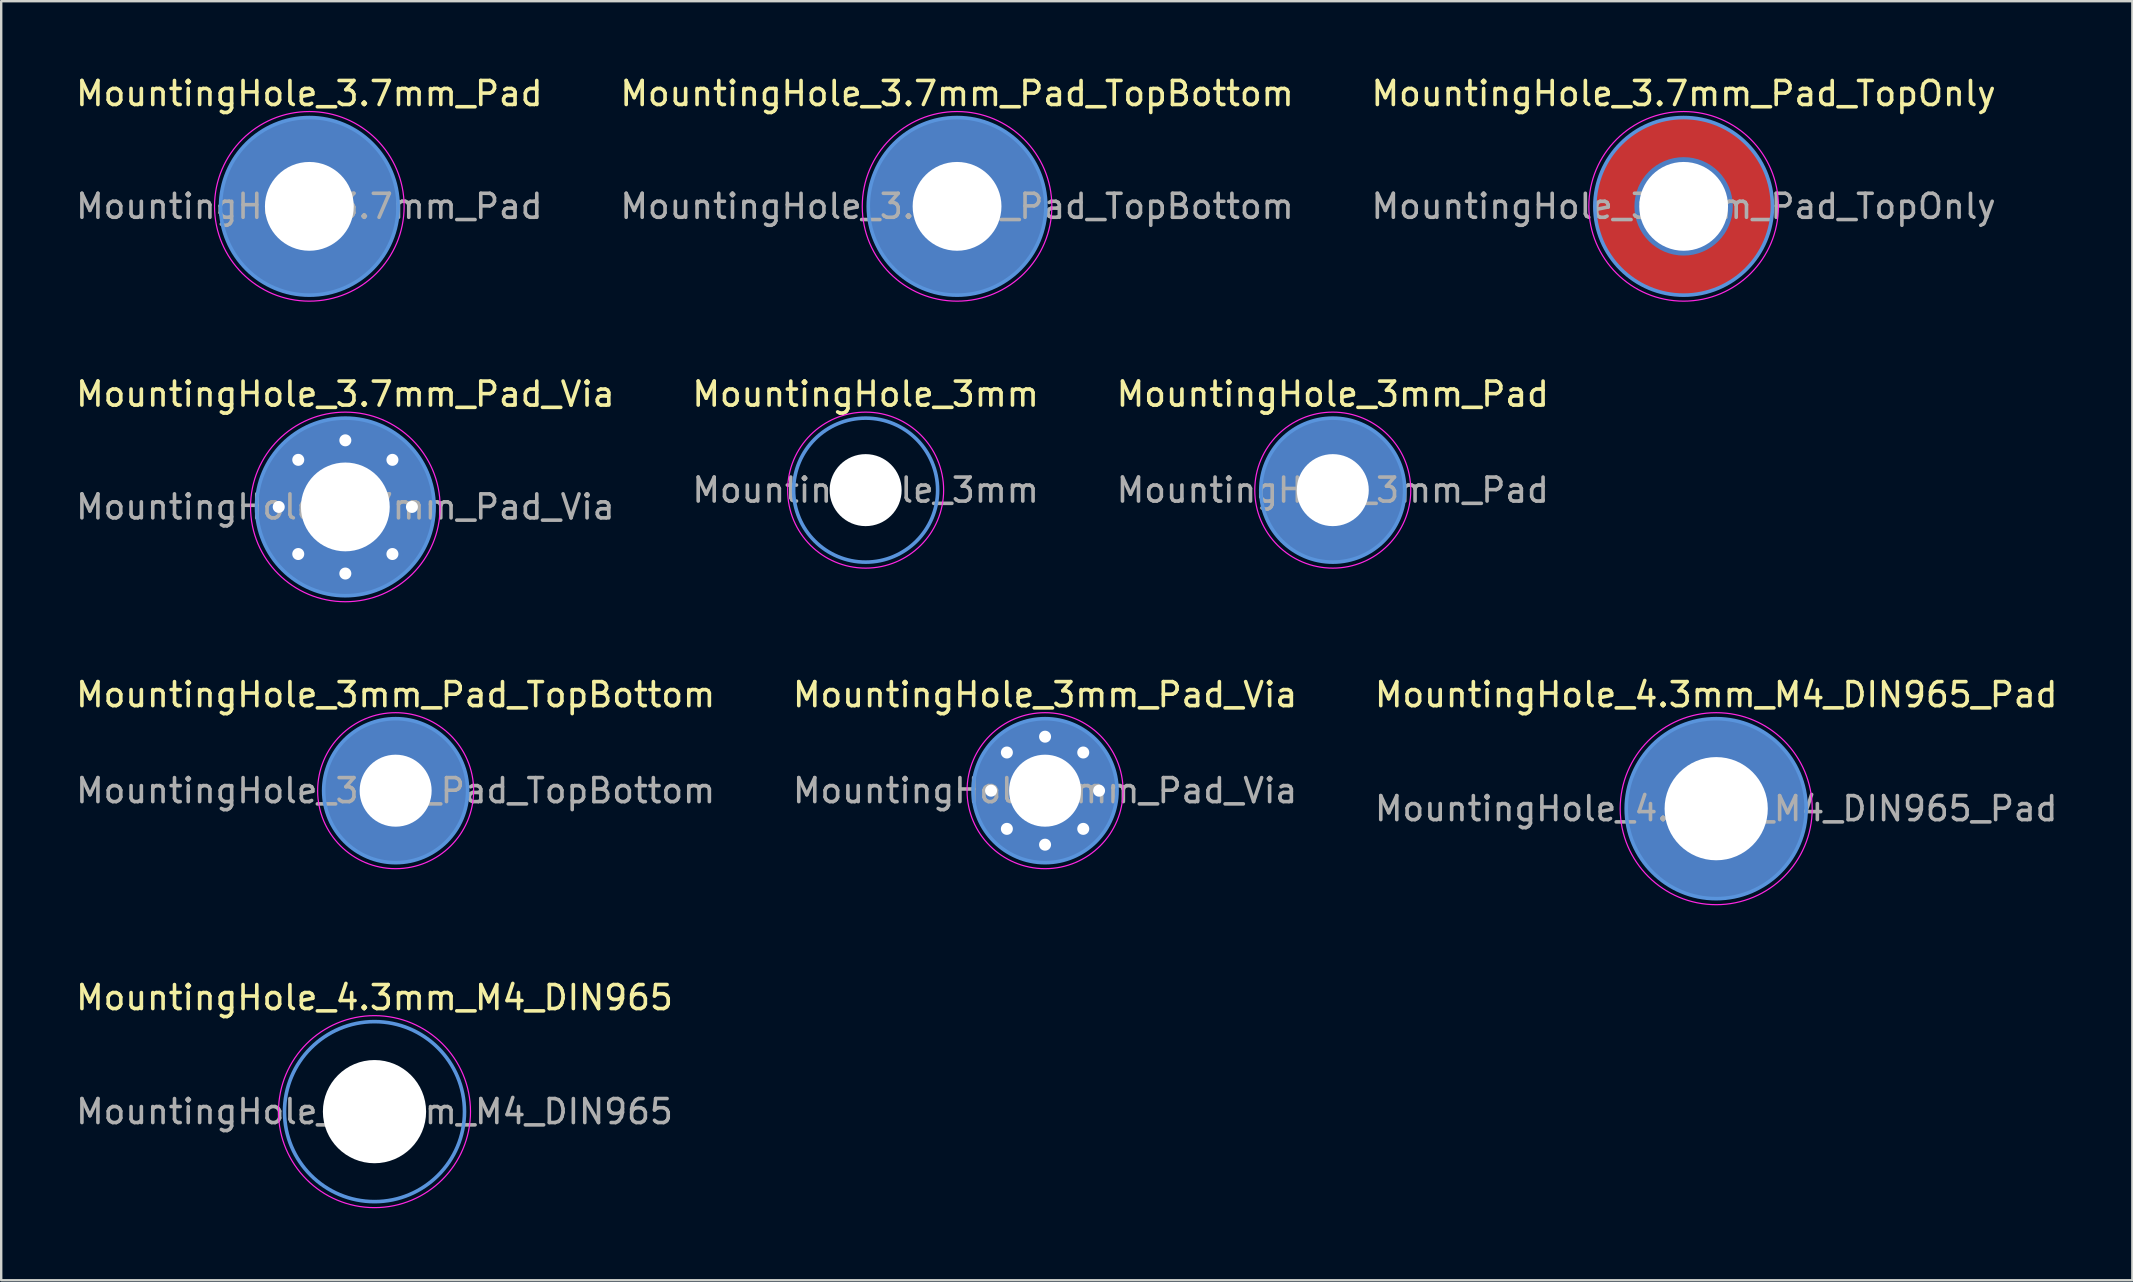
<source format=kicad_pcb>
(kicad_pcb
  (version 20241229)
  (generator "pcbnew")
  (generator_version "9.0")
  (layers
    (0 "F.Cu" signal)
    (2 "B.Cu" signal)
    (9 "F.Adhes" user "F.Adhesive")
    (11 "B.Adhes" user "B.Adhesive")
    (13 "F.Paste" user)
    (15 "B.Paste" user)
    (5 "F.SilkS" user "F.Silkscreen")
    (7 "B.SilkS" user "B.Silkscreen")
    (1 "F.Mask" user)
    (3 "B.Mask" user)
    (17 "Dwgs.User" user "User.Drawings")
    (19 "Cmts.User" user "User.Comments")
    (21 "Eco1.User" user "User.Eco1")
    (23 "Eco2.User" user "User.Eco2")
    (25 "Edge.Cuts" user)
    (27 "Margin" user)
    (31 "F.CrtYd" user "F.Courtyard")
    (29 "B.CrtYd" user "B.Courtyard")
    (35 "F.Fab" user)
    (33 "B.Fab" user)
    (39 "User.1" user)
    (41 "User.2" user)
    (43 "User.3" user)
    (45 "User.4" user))
  (footprint "MountingHole_3.7mm_Pad_TopBottom"
    (layer "F.Cu")
    (at 36.827 5.548)
    (property "Reference" "MountingHole_3.7mm_Pad_TopBottom" (at 0 -4.7 0) (layer "F.SilkS") (effects (font (size 1 1) (thickness 0.15))))
    (attr exclude_from_pos_files exclude_from_bom)
    (fp_circle (center 0 0) (end 3.7 0) (stroke (width 0.15) (type solid)) (fill no) (layer "Cmts.User"))
    (fp_circle (center 0 0) (end 3.95 0) (stroke (width 0.05) (type solid)) (fill no) (layer "F.CrtYd"))
    (fp_text user "${REFERENCE}" (at 0 0 0) (layer "F.Fab") (effects (font (size 1 1) (thickness 0.15))))
    (pad "1" thru_hole circle (at 0 0) (size 4.1 4.1) (drill 3.7) (layers "*.Cu" "*.Mask"))
    (pad "1" connect circle (at 0 0) (size 7.4 7.4) (layers "F.Cu" "F.Mask"))
    (pad "1" connect circle (at 0 0) (size 7.4 7.4) (layers "B.Cu" "B.Mask")))
  (footprint "MountingHole_3mm_Pad_Via"
    (layer "F.Cu")
    (at 40.494 29.895)
    (property "Reference" "MountingHole_3mm_Pad_Via" (at 0 -4 0) (layer "F.SilkS") (effects (font (size 1 1) (thickness 0.15))))
    (attr exclude_from_pos_files exclude_from_bom)
    (fp_circle (center 0 0) (end 3 0) (stroke (width 0.15) (type solid)) (fill no) (layer "Cmts.User"))
    (fp_circle (center 0 0) (end 3.25 0) (stroke (width 0.05) (type solid)) (fill no) (layer "F.CrtYd"))
    (fp_text user "${REFERENCE}" (at 0 0 0) (layer "F.Fab") (effects (font (size 1 1) (thickness 0.15))))
    (pad "1" thru_hole circle (at -2.25 0) (size 0.8 0.8) (drill 0.5) (layers "*.Cu" "*.Mask"))
    (pad "1" thru_hole circle (at -1.591 -1.591) (size 0.8 0.8) (drill 0.5) (layers "*.Cu" "*.Mask"))
    (pad "1" thru_hole circle (at -1.591 1.591) (size 0.8 0.8) (drill 0.5) (layers "*.Cu" "*.Mask"))
    (pad "1" thru_hole circle (at 0 -2.25) (size 0.8 0.8) (drill 0.5) (layers "*.Cu" "*.Mask"))
    (pad "1" thru_hole circle (at 0 0) (size 6 6) (drill 3) (layers "*.Cu" "*.Mask"))
    (pad "1" thru_hole circle (at 0 2.25) (size 0.8 0.8) (drill 0.5) (layers "*.Cu" "*.Mask"))
    (pad "1" thru_hole circle (at 1.591 -1.591) (size 0.8 0.8) (drill 0.5) (layers "*.Cu" "*.Mask"))
    (pad "1" thru_hole circle (at 1.591 1.591) (size 0.8 0.8) (drill 0.5) (layers "*.Cu" "*.Mask"))
    (pad "1" thru_hole circle (at 2.25 0) (size 0.8 0.8) (drill 0.5) (layers "*.Cu" "*.Mask")))
  (footprint "MountingHole_3.7mm_Pad_TopOnly"
    (layer "F.Cu")
    (at 67.101 5.548)
    (property "Reference" "MountingHole_3.7mm_Pad_TopOnly" (at 0 -4.7 0) (layer "F.SilkS") (effects (font (size 1 1) (thickness 0.15))))
    (attr exclude_from_pos_files exclude_from_bom)
    (fp_circle (center 0 0) (end 3.7 0) (stroke (width 0.15) (type solid)) (fill no) (layer "Cmts.User"))
    (fp_circle (center 0 0) (end 3.95 0) (stroke (width 0.05) (type solid)) (fill no) (layer "F.CrtYd"))
    (fp_text user "${REFERENCE}" (at 0 0 0) (layer "F.Fab") (effects (font (size 1 1) (thickness 0.15))))
    (pad "1" thru_hole circle (at 0 0) (size 4.1 4.1) (drill 3.7) (layers "*.Cu" "*.Mask"))
    (pad "1" connect circle (at 0 0) (size 7.4 7.4) (layers "F.Cu" "F.Mask")))
  (footprint "MountingHole_4.3mm_M4_DIN965"
    (layer "F.Cu")
    (at 12.554 43.268)
    (property "Reference" "MountingHole_4.3mm_M4_DIN965" (at 0 -4.75 0) (layer "F.SilkS") (effects (font (size 1 1) (thickness 0.15))))
    (attr exclude_from_pos_files exclude_from_bom)
    (fp_circle (center 0 0) (end 3.75 0) (stroke (width 0.15) (type solid)) (fill no) (layer "Cmts.User"))
    (fp_circle (center 0 0) (end 4 0) (stroke (width 0.05) (type solid)) (fill no) (layer "F.CrtYd"))
    (fp_text user "${REFERENCE}" (at 0 0 0) (layer "F.Fab") (effects (font (size 1 1) (thickness 0.15))))
    (pad "" np_thru_hole circle (at 0 0) (size 4.3 4.3) (drill 4.3) (layers "*.Cu" "*.Mask")))
  (footprint "MountingHole_3.7mm_Pad_Via"
    (layer "F.Cu")
    (at 11.339 18.072)
    (property "Reference" "MountingHole_3.7mm_Pad_Via" (at 0 -4.7 0) (layer "F.SilkS") (effects (font (size 1 1) (thickness 0.15))))
    (attr exclude_from_pos_files exclude_from_bom)
    (fp_circle (center 0 0) (end 3.7 0) (stroke (width 0.15) (type solid)) (fill no) (layer "Cmts.User"))
    (fp_circle (center 0 0) (end 3.95 0) (stroke (width 0.05) (type solid)) (fill no) (layer "F.CrtYd"))
    (fp_text user "${REFERENCE}" (at 0 0 0) (layer "F.Fab") (effects (font (size 1 1) (thickness 0.15))))
    (pad "1" thru_hole circle (at -2.775 0) (size 0.8 0.8) (drill 0.5) (layers "*.Cu" "*.Mask"))
    (pad "1" thru_hole circle (at -1.962 -1.962) (size 0.8 0.8) (drill 0.5) (layers "*.Cu" "*.Mask"))
    (pad "1" thru_hole circle (at -1.962 1.962) (size 0.8 0.8) (drill 0.5) (layers "*.Cu" "*.Mask"))
    (pad "1" thru_hole circle (at 0 -2.775) (size 0.8 0.8) (drill 0.5) (layers "*.Cu" "*.Mask"))
    (pad "1" thru_hole circle (at 0 0) (size 7.4 7.4) (drill 3.7) (layers "*.Cu" "*.Mask"))
    (pad "1" thru_hole circle (at 0 2.775) (size 0.8 0.8) (drill 0.5) (layers "*.Cu" "*.Mask"))
    (pad "1" thru_hole circle (at 1.962 -1.962) (size 0.8 0.8) (drill 0.5) (layers "*.Cu" "*.Mask"))
    (pad "1" thru_hole circle (at 1.962 1.962) (size 0.8 0.8) (drill 0.5) (layers "*.Cu" "*.Mask"))
    (pad "1" thru_hole circle (at 2.775 0) (size 0.8 0.8) (drill 0.5) (layers "*.Cu" "*.Mask")))
  (footprint "MountingHole_4.3mm_M4_DIN965_Pad"
    (layer "F.Cu")
    (at 68.458 30.645)
    (property "Reference" "MountingHole_4.3mm_M4_DIN965_Pad" (at 0 -4.75 0) (layer "F.SilkS") (effects (font (size 1 1) (thickness 0.15))))
    (attr exclude_from_pos_files exclude_from_bom)
    (fp_circle (center 0 0) (end 3.75 0) (stroke (width 0.15) (type solid)) (fill no) (layer "Cmts.User"))
    (fp_circle (center 0 0) (end 4 0) (stroke (width 0.05) (type solid)) (fill no) (layer "F.CrtYd"))
    (fp_text user "${REFERENCE}" (at 0 0 0) (layer "F.Fab") (effects (font (size 1 1) (thickness 0.15))))
    (pad "1" thru_hole circle (at 0 0) (size 7.5 7.5) (drill 4.3) (layers "*.Cu" "*.Mask")))
  (footprint "MountingHole_3mm"
    (layer "F.Cu")
    (at 33.018 17.372)
    (property "Reference" "MountingHole_3mm" (at 0 -4 0) (layer "F.SilkS") (effects (font (size 1 1) (thickness 0.15))))
    (attr exclude_from_pos_files exclude_from_bom)
    (fp_circle (center 0 0) (end 3 0) (stroke (width 0.15) (type solid)) (fill no) (layer "Cmts.User"))
    (fp_circle (center 0 0) (end 3.25 0) (stroke (width 0.05) (type solid)) (fill no) (layer "F.CrtYd"))
    (fp_text user "${REFERENCE}" (at 0 0 0) (layer "F.Fab") (effects (font (size 1 1) (thickness 0.15))))
    (pad "" np_thru_hole circle (at 0 0) (size 3 3) (drill 3) (layers "*.Cu" "*.Mask")))
  (footprint "MountingHole_3.7mm_Pad"
    (layer "F.Cu")
    (at 9.839 5.548)
    (property "Reference" "MountingHole_3.7mm_Pad" (at 0 -4.7 0) (layer "F.SilkS") (effects (font (size 1 1) (thickness 0.15))))
    (attr exclude_from_pos_files exclude_from_bom)
    (fp_circle (center 0 0) (end 3.7 0) (stroke (width 0.15) (type solid)) (fill no) (layer "Cmts.User"))
    (fp_circle (center 0 0) (end 3.95 0) (stroke (width 0.05) (type solid)) (fill no) (layer "F.CrtYd"))
    (fp_text user "${REFERENCE}" (at 0 0 0) (layer "F.Fab") (effects (font (size 1 1) (thickness 0.15))))
    (pad "1" thru_hole circle (at 0 0) (size 7.4 7.4) (drill 3.7) (layers "*.Cu" "*.Mask")))
  (footprint "MountingHole_3mm_Pad_TopBottom"
    (layer "F.Cu")
    (at 13.435 29.895)
    (property "Reference" "MountingHole_3mm_Pad_TopBottom" (at 0 -4 0) (layer "F.SilkS") (effects (font (size 1 1) (thickness 0.15))))
    (attr exclude_from_pos_files exclude_from_bom)
    (fp_circle (center 0 0) (end 3 0) (stroke (width 0.15) (type solid)) (fill no) (layer "Cmts.User"))
    (fp_circle (center 0 0) (end 3.25 0) (stroke (width 0.05) (type solid)) (fill no) (layer "F.CrtYd"))
    (fp_text user "${REFERENCE}" (at 0 0 0) (layer "F.Fab") (effects (font (size 1 1) (thickness 0.15))))
    (pad "1" thru_hole circle (at 0 0) (size 3.4 3.4) (drill 3) (layers "*.Cu" "*.Mask"))
    (pad "1" connect circle (at 0 0) (size 6 6) (layers "F.Cu" "F.Mask"))
    (pad "1" connect circle (at 0 0) (size 6 6) (layers "B.Cu" "B.Mask")))
  (footprint "MountingHole_3mm_Pad"
    (layer "F.Cu")
    (at 52.482 17.372)
    (property "Reference" "MountingHole_3mm_Pad" (at 0 -4 0) (layer "F.SilkS") (effects (font (size 1 1) (thickness 0.15))))
    (attr exclude_from_pos_files exclude_from_bom)
    (fp_circle (center 0 0) (end 3 0) (stroke (width 0.15) (type solid)) (fill no) (layer "Cmts.User"))
    (fp_circle (center 0 0) (end 3.25 0) (stroke (width 0.05) (type solid)) (fill no) (layer "F.CrtYd"))
    (fp_text user "${REFERENCE}" (at 0 0 0) (layer "F.Fab") (effects (font (size 1 1) (thickness 0.15))))
    (pad "1" thru_hole circle (at 0 0) (size 6 6) (drill 3) (layers "*.Cu" "*.Mask")))
  (gr_rect
    (start -3 -3)
    (end 85.798 50.293)
    (stroke (width 0.1) (type default))
    (fill no)
    (layer "Edge.Cuts")))
</source>
